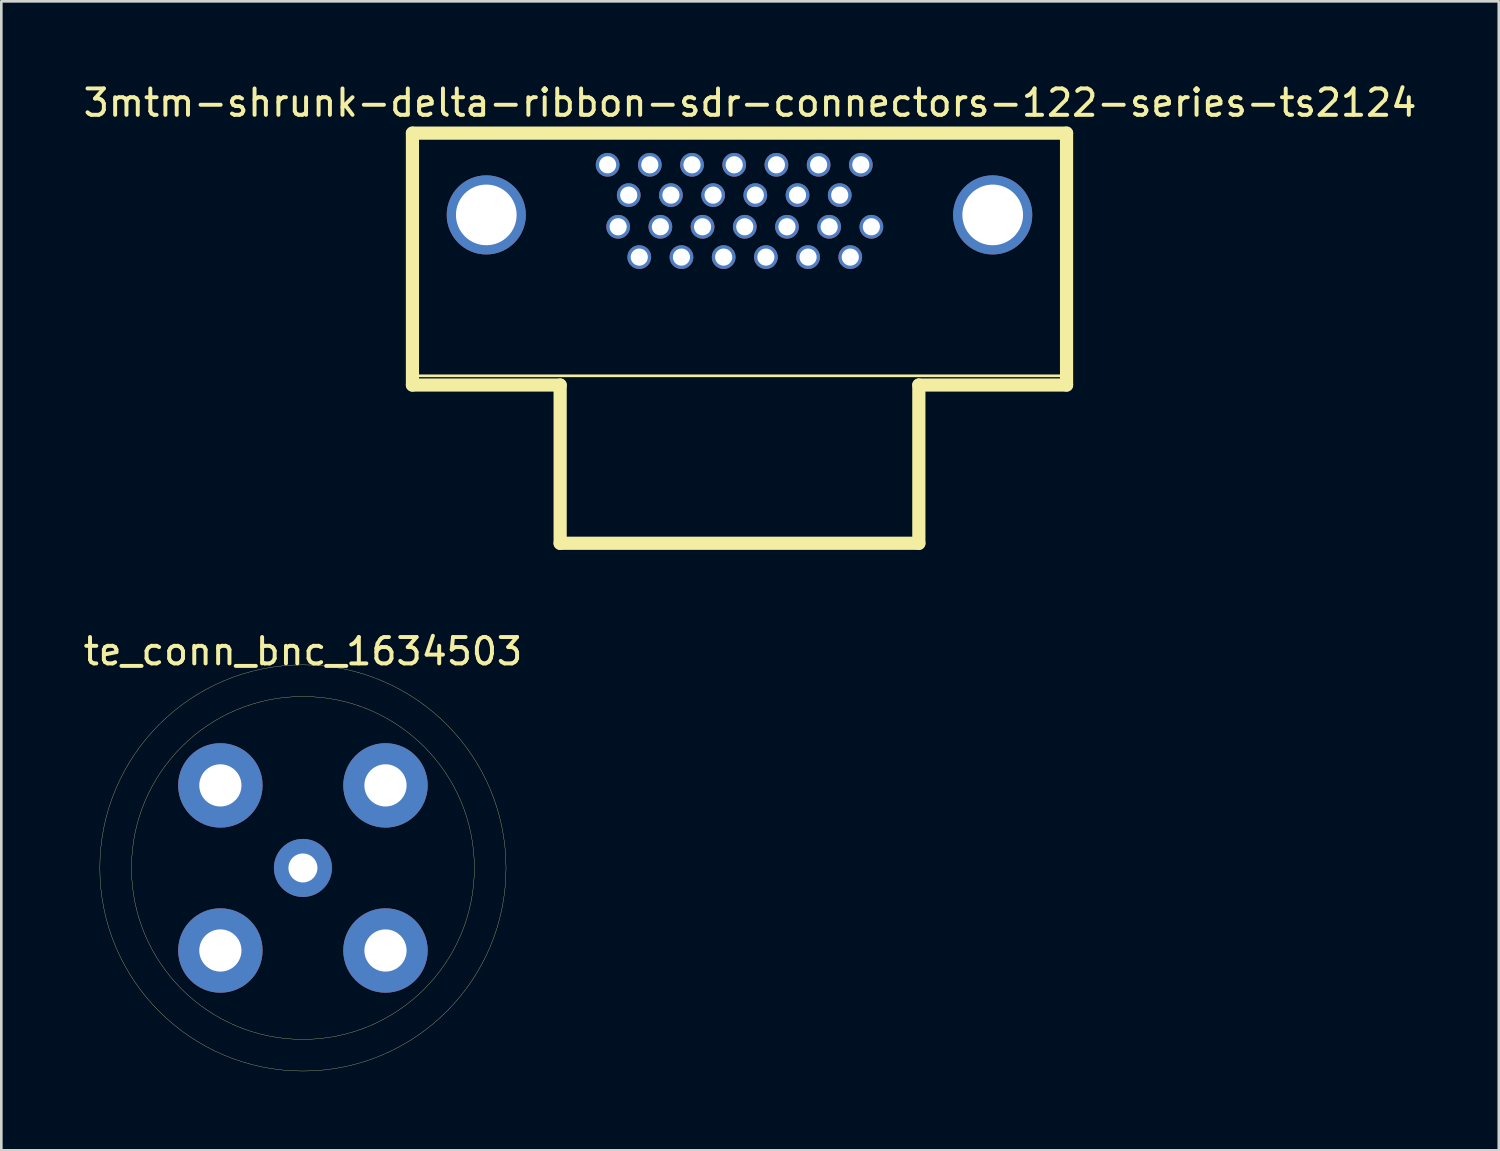
<source format=kicad_pcb>
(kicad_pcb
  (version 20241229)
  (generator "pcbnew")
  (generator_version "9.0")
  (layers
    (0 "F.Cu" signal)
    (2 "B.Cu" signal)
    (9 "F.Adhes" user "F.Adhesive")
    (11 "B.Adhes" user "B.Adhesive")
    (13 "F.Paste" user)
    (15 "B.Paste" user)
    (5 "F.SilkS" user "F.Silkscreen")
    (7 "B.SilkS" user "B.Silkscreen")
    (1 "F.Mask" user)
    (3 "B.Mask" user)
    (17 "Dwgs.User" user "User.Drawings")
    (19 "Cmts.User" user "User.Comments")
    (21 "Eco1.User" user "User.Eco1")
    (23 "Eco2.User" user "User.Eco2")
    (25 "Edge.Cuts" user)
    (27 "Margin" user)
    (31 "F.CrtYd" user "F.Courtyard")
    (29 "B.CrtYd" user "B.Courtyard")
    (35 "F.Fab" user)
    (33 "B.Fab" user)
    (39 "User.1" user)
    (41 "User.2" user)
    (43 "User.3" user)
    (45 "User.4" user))
  (footprint "3mtm-shrunk-delta-ribbon-sdr-connectors-122-series-ts2124"
    (layer "F.Cu")
    (at 12.587 1.998)
    (property "Reference" "3mtm-shrunk-delta-ribbon-sdr-connectors-122-series-ts2124" (at 12.8 -1.15 0) (layer "F.SilkS") (effects (font (size 1 1) (thickness 0.15))))
    (attr through_hole)
    (fp_line (start 0 0) (end 0 9.55) (stroke (width 0.5) (type solid)) (layer "F.SilkS"))
    (fp_line (start 0 0) (end 24.8 0) (stroke (width 0.5) (type solid)) (layer "F.SilkS"))
    (fp_line (start 0 9.2) (end 24.8 9.2) (stroke (width 0.1) (type solid)) (layer "F.SilkS"))
    (fp_line (start 0 9.55) (end 5.6 9.55) (stroke (width 0.5) (type solid)) (layer "F.SilkS"))
    (fp_line (start 5.6 9.55) (end 5.6 15.55) (stroke (width 0.5) (type solid)) (layer "F.SilkS"))
    (fp_line (start 5.6 15.55) (end 19.2 15.55) (stroke (width 0.5) (type solid)) (layer "F.SilkS"))
    (fp_line (start 19.2 9.55) (end 19.2 15.55) (stroke (width 0.5) (type solid)) (layer "F.SilkS"))
    (fp_line (start 19.2 9.55) (end 24.8 9.55) (stroke (width 0.5) (type solid)) (layer "F.SilkS"))
    (fp_line (start 24.8 0) (end 24.8 9.55) (stroke (width 0.5) (type solid)) (layer "F.SilkS"))
    (pad "1" thru_hole circle (at 17 1.2) (size 0.9 0.9) (drill 0.65) (layers "*.Cu" "*.Mask"))
    (pad "2" thru_hole circle (at 16.2 2.35) (size 0.9 0.9) (drill 0.65) (layers "*.Cu" "*.Mask"))
    (pad "3" thru_hole circle (at 15.4 1.2) (size 0.9 0.9) (drill 0.65) (layers "*.Cu" "*.Mask"))
    (pad "4" thru_hole circle (at 14.6 2.35) (size 0.9 0.9) (drill 0.65) (layers "*.Cu" "*.Mask"))
    (pad "5" thru_hole circle (at 13.8 1.2) (size 0.9 0.9) (drill 0.65) (layers "*.Cu" "*.Mask"))
    (pad "6" thru_hole circle (at 13 2.35) (size 0.9 0.9) (drill 0.65) (layers "*.Cu" "*.Mask"))
    (pad "7" thru_hole circle (at 12.2 1.2) (size 0.9 0.9) (drill 0.65) (layers "*.Cu" "*.Mask"))
    (pad "8" thru_hole circle (at 11.4 2.35) (size 0.9 0.9) (drill 0.65) (layers "*.Cu" "*.Mask"))
    (pad "9" thru_hole circle (at 10.6 1.2) (size 0.9 0.9) (drill 0.65) (layers "*.Cu" "*.Mask"))
    (pad "10" thru_hole circle (at 9.8 2.35) (size 0.9 0.9) (drill 0.65) (layers "*.Cu" "*.Mask"))
    (pad "11" thru_hole circle (at 9 1.2) (size 0.9 0.9) (drill 0.65) (layers "*.Cu" "*.Mask"))
    (pad "12" thru_hole circle (at 8.2 2.35) (size 0.9 0.9) (drill 0.65) (layers "*.Cu" "*.Mask"))
    (pad "13" thru_hole circle (at 7.4 1.2) (size 0.9 0.9) (drill 0.65) (layers "*.Cu" "*.Mask"))
    (pad "14" thru_hole circle (at 17.4 3.55) (size 0.9 0.9) (drill 0.65) (layers "*.Cu" "*.Mask"))
    (pad "15" thru_hole circle (at 16.6 4.7) (size 0.9 0.9) (drill 0.65) (layers "*.Cu" "*.Mask"))
    (pad "16" thru_hole circle (at 15.8 3.55) (size 0.9 0.9) (drill 0.65) (layers "*.Cu" "*.Mask"))
    (pad "17" thru_hole circle (at 15 4.7) (size 0.9 0.9) (drill 0.65) (layers "*.Cu" "*.Mask"))
    (pad "18" thru_hole circle (at 14.2 3.55) (size 0.9 0.9) (drill 0.65) (layers "*.Cu" "*.Mask"))
    (pad "19" thru_hole circle (at 13.4 4.7) (size 0.9 0.9) (drill 0.65) (layers "*.Cu" "*.Mask"))
    (pad "20" thru_hole circle (at 12.6 3.55) (size 0.9 0.9) (drill 0.65) (layers "*.Cu" "*.Mask"))
    (pad "21" thru_hole circle (at 11.8 4.7) (size 0.9 0.9) (drill 0.65) (layers "*.Cu" "*.Mask"))
    (pad "22" thru_hole circle (at 11 3.55) (size 0.9 0.9) (drill 0.65) (layers "*.Cu" "*.Mask"))
    (pad "23" thru_hole circle (at 10.2 4.7) (size 0.9 0.9) (drill 0.65) (layers "*.Cu" "*.Mask"))
    (pad "24" thru_hole circle (at 9.4 3.55) (size 0.9 0.9) (drill 0.65) (layers "*.Cu" "*.Mask"))
    (pad "25" thru_hole circle (at 8.6 4.7) (size 0.9 0.9) (drill 0.65) (layers "*.Cu" "*.Mask"))
    (pad "26" thru_hole circle (at 7.8 3.55) (size 0.9 0.9) (drill 0.65) (layers "*.Cu" "*.Mask"))
    (pad "Shell" thru_hole circle (at 2.8 3.1) (size 3 3) (drill 2.3) (layers "*.Cu" "*.Mask"))
    (pad "Shell" thru_hole circle (at 22 3.1) (size 3 3) (drill 2.3) (layers "*.Cu" "*.Mask")))
  (footprint "te_conn_bnc_1634503"
    (layer "F.Cu")
    (at 5.305 26.727)
    (property "Reference" "te_conn_bnc_1634503" (at 3.13 -5.08 0) (layer "F.SilkS") (effects (font (size 1 1) (thickness 0.15))))
    (attr through_hole)
    (fp_circle (center 3.13 3.13) (end 9.63 3.13) (stroke (width 0.01) (type solid)) (fill no) (layer "F.SilkS"))
    (fp_circle (center 3.13 3.13) (end 10.83 3.13) (stroke (width 0.01) (type solid)) (fill no) (layer "F.SilkS"))
    (pad "1" thru_hole circle (at 3.13 3.13) (size 2.2 2.2) (drill 1.1) (layers "*.Cu" "*.Mask"))
    (pad "2" thru_hole circle (at 0 0) (size 3.2 3.2) (drill 1.6) (layers "*.Cu" "*.Mask"))
    (pad "2" thru_hole circle (at 0 6.26) (size 3.2 3.2) (drill 1.6) (layers "*.Cu" "*.Mask"))
    (pad "2" thru_hole circle (at 6.26 0) (size 3.2 3.2) (drill 1.6) (layers "*.Cu" "*.Mask"))
    (pad "2" thru_hole circle (at 6.26 6.26) (size 3.2 3.2) (drill 1.6) (layers "*.Cu" "*.Mask")))
  (gr_rect
    (start -3 -3)
    (end 53.774 40.562)
    (stroke (width 0.1) (type default))
    (fill no)
    (layer "Edge.Cuts")))
</source>
